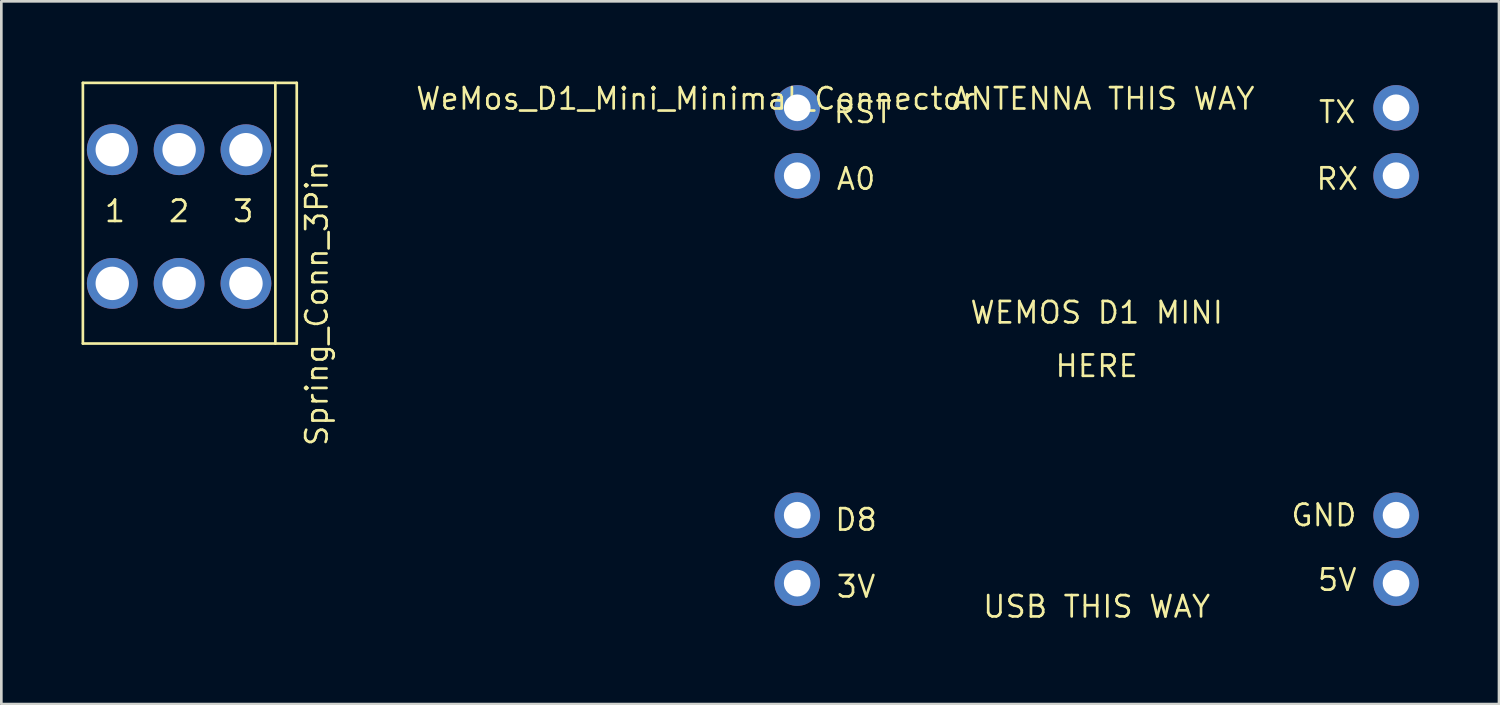
<source format=kicad_pcb>
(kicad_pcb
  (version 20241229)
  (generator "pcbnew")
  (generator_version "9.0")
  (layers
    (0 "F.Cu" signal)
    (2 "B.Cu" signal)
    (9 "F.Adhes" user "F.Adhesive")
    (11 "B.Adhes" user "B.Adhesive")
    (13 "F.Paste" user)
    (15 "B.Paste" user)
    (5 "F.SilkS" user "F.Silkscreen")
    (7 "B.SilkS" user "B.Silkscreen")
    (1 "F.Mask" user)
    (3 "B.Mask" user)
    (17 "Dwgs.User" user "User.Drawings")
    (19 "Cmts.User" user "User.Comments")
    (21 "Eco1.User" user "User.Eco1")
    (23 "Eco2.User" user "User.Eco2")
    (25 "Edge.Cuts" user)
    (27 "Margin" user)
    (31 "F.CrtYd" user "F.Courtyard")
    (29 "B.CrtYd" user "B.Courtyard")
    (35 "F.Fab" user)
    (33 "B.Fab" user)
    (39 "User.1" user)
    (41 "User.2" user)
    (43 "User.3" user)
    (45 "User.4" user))
  (footprint "Spring_Conn_3Pin"
    (layer "F.Cu")
    (at 3.55 5.05)
    (property "Reference" "Spring_Conn_3Pin" (at 5.25 3.25 90) (layer "F.SilkS") (effects (font (size 0.8 0.8) (thickness 0.1))))
    (attr through_hole)
    (fp_line (start -3.5 -5) (end 4.5 -5) (stroke (width 0.1) (type solid)) (layer "F.SilkS"))
    (fp_line (start -3.5 4.75) (end -3.5 -5) (stroke (width 0.1) (type solid)) (layer "F.SilkS"))
    (fp_line (start -3.5 4.75) (end 4.5 4.75) (stroke (width 0.1) (type solid)) (layer "F.SilkS"))
    (fp_line (start 3.7 4.75) (end 3.7 -5) (stroke (width 0.1) (type solid)) (layer "F.SilkS"))
    (fp_line (start 4.5 4.75) (end 4.5 -5) (stroke (width 0.1) (type solid)) (layer "F.SilkS"))
    (fp_text user "1" (at -2.3 -0.2 0) (layer "F.SilkS") (effects (font (size 0.8 0.8) (thickness 0.1))))
    (fp_text user "2" (at 0.1 -0.2 0) (layer "F.SilkS") (effects (font (size 0.8 0.8) (thickness 0.1))))
    (fp_text user "3" (at 2.5 -0.2 0) (layer "F.SilkS") (effects (font (size 0.8 0.8) (thickness 0.1))))
    (pad "1" thru_hole circle (at -2.4 -2.5) (size 1.9 1.9) (drill 1.25) (layers "*.Cu" "*.Mask"))
    (pad "1" thru_hole circle (at -2.4 2.5) (size 1.9 1.9) (drill 1.25) (layers "*.Cu" "*.Mask"))
    (pad "2" thru_hole circle (at 0.1 -2.5) (size 1.9 1.9) (drill 1.25) (layers "*.Cu" "*.Mask"))
    (pad "2" thru_hole circle (at 0.1 2.5) (size 1.9 1.9) (drill 1.25) (layers "*.Cu" "*.Mask"))
    (pad "3" thru_hole circle (at 2.6 -2.5) (size 1.9 1.9) (drill 1.25) (layers "*.Cu" "*.Mask"))
    (pad "3" thru_hole circle (at 2.6 2.5) (size 1.9 1.9) (drill 1.25) (layers "*.Cu" "*.Mask")))
  (footprint "WeMos_D1_Mini_Minimal_Connector"
    (layer "F.Cu")
    (at 37.971 9.643)
    (property "Reference" "WeMos_D1_Mini_Minimal_Connector" (at -15 -9 0) (layer "F.SilkS") (effects (font (size 0.8 0.8) (thickness 0.1))))
    (attr through_hole)
    (fp_text user "HERE" (at 0 1 0) (layer "F.SilkS") (effects (font (size 0.8 0.8) (thickness 0.1))))
    (fp_text user "A0" (at -9 -6 0) (layer "F.SilkS") (effects (font (size 0.8 0.8) (thickness 0.1))))
    (fp_text user "TX" (at 9 -8.5 0) (layer "F.SilkS") (effects (font (size 0.8 0.8) (thickness 0.1))))
    (fp_text user "USB THIS WAY" (at 0 10 0) (layer "F.SilkS") (effects (font (size 0.8 0.8) (thickness 0.1))))
    (fp_text user "5V" (at 9 9 0) (layer "F.SilkS") (effects (font (size 0.8 0.8) (thickness 0.1))))
    (fp_text user "GND" (at 8.5 6.58 0) (layer "F.SilkS") (effects (font (size 0.8 0.8) (thickness 0.1))))
    (fp_text user "ANTENNA THIS WAY" (at 0.25 -9 0) (layer "F.SilkS") (effects (font (size 0.8 0.8) (thickness 0.1))))
    (fp_text user "RX" (at 9 -6 0) (layer "F.SilkS") (effects (font (size 0.8 0.8) (thickness 0.1))))
    (fp_text user "RST" (at -8.75 -8.5 180) (layer "F.SilkS") (effects (font (size 0.8 0.8) (thickness 0.1))))
    (fp_text user "WEMOS D1 MINI" (at 0 -1 0) (layer "F.SilkS") (effects (font (size 0.8 0.8) (thickness 0.1))))
    (fp_text user "3V" (at -9 9.25 0) (layer "F.SilkS") (effects (font (size 0.8 0.8) (thickness 0.1))))
    (fp_text user "D8" (at -9 6.75 0) (layer "F.SilkS") (effects (font (size 0.8 0.8) (thickness 0.1))))
    (pad "1" thru_hole circle (at -11.2 -8.66) (size 1.7 1.7) (drill 1) (layers "*.Cu" "*.Mask"))
    (pad "2" thru_hole circle (at -11.2 -6.12) (size 1.7 1.7) (drill 1) (layers "*.Cu" "*.Mask"))
    (pad "7" thru_hole circle (at -11.2 6.58) (size 1.7 1.7) (drill 1) (layers "*.Cu" "*.Mask"))
    (pad "8" thru_hole circle (at -11.2 9.12) (size 1.7 1.7) (drill 1) (layers "*.Cu" "*.Mask"))
    (pad "9" thru_hole circle (at 11.2 -8.66) (size 1.7 1.7) (drill 1) (layers "*.Cu" "*.Mask"))
    (pad "10" thru_hole circle (at 11.2 -6.12) (size 1.7 1.7) (drill 1) (layers "*.Cu" "*.Mask"))
    (pad "15" thru_hole circle (at 11.2 6.58) (size 1.7 1.7) (drill 1) (layers "*.Cu" "*.Mask"))
    (pad "16" thru_hole circle (at 11.2 9.12) (size 1.7 1.7) (drill 1) (layers "*.Cu" "*.Mask")))
  (gr_rect
    (start -3 -3)
    (end 53.021 23.287)
    (stroke (width 0.1) (type default))
    (fill no)
    (layer "Edge.Cuts")))
</source>
